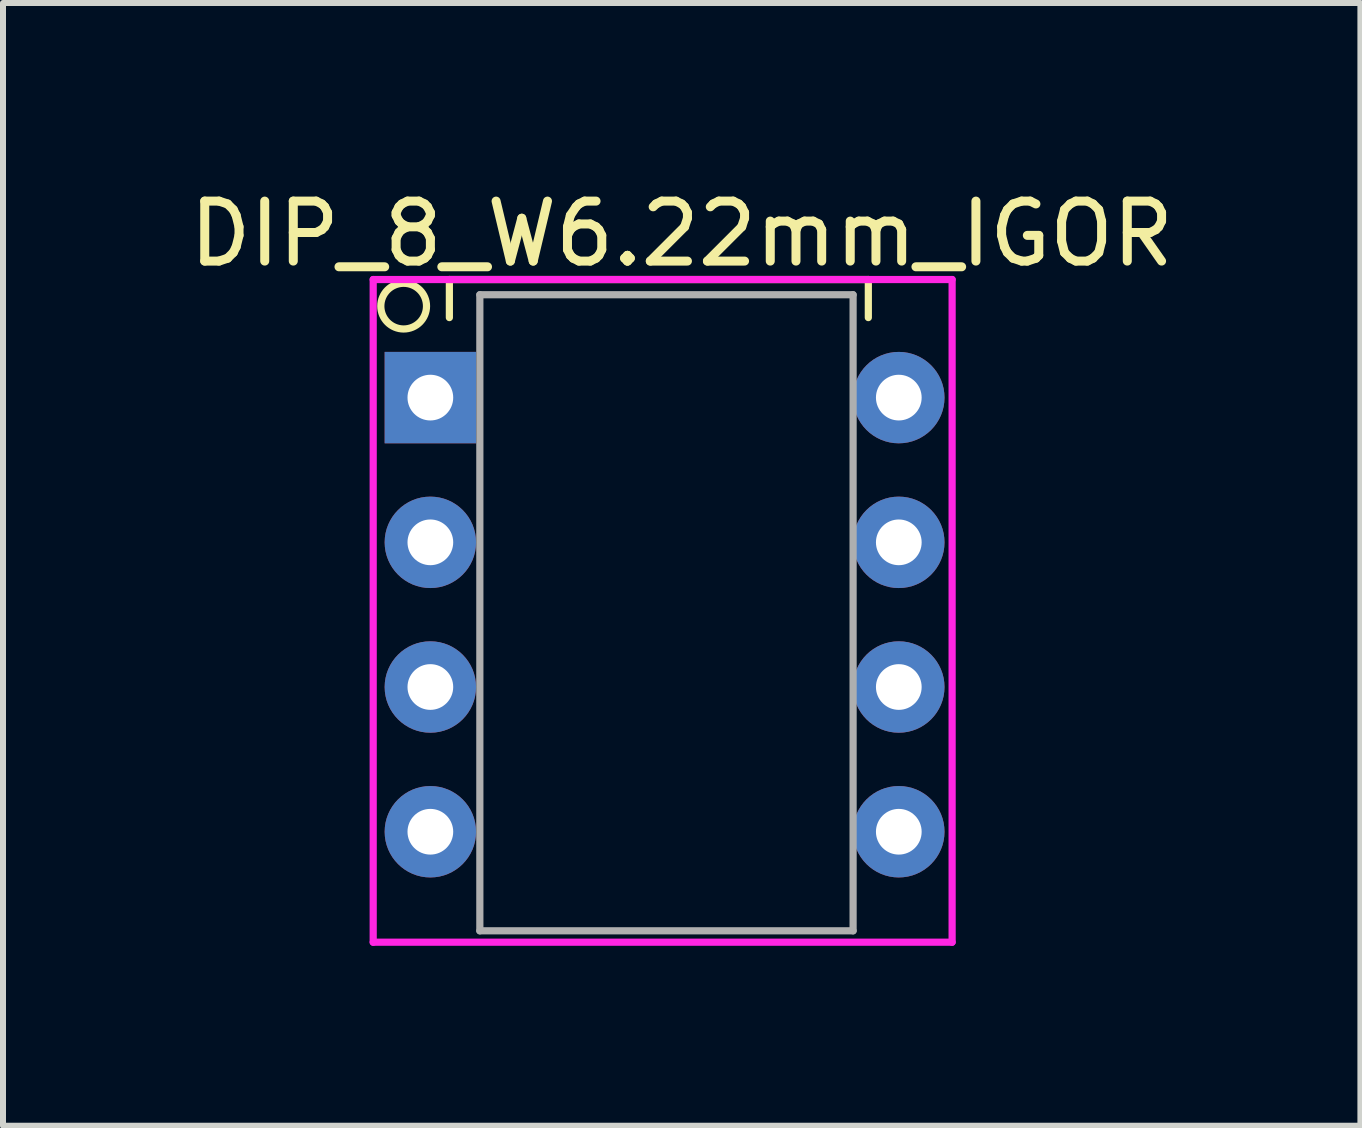
<source format=kicad_pcb>
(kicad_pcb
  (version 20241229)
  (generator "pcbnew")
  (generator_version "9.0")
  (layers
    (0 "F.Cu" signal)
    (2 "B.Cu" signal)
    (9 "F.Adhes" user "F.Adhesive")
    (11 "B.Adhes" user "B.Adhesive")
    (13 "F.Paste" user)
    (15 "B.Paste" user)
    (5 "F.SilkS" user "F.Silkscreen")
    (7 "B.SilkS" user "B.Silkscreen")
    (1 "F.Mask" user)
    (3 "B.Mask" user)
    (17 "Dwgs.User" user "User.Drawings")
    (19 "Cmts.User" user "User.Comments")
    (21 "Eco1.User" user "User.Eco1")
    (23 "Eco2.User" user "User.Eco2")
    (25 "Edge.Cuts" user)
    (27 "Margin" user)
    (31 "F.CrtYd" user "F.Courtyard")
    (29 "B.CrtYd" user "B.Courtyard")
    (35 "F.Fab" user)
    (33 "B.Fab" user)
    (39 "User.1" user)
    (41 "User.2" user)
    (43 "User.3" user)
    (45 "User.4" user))
  (footprint "DIP_8_W6.22mm_IGOR"
    (layer "F.Cu")
    (at 8.125 7.198)
    (property "Reference" "DIP_8_W6.22mm_IGOR" (at 0.191 -6.35 0) (layer "F.SilkS") (effects (font (size 1 1) (thickness 0.15))))
    (attr through_hole)
    (fp_line (start -3.683 -5.588) (end 3.302 -5.588) (stroke (width 0.12) (type solid)) (layer "F.SilkS"))
    (fp_line (start -3.683 -4.953) (end -3.683 -5.588) (stroke (width 0.12) (type solid)) (layer "F.SilkS"))
    (fp_line (start 3.302 -5.588) (end 3.302 -4.953) (stroke (width 0.12) (type solid)) (layer "F.SilkS"))
    (fp_circle (center -4.445 -5.144) (end -4.064 -5.144) (stroke (width 0.12) (type solid)) (fill no) (layer "F.SilkS"))
    (fp_line (start -4.953 -5.588) (end -4.953 5.461) (stroke (width 0.12) (type solid)) (layer "F.CrtYd"))
    (fp_line (start -4.953 5.461) (end 4.699 5.461) (stroke (width 0.12) (type solid)) (layer "F.CrtYd"))
    (fp_line (start 4.699 -5.588) (end -4.953 -5.588) (stroke (width 0.12) (type solid)) (layer "F.CrtYd"))
    (fp_line (start 4.699 5.461) (end 4.699 -5.588) (stroke (width 0.12) (type solid)) (layer "F.CrtYd"))
    (fp_line (start -3.175 -5.334) (end -3.175 5.271) (stroke (width 0.12) (type solid)) (layer "F.Fab"))
    (fp_line (start -3.175 5.271) (end 3.048 5.271) (stroke (width 0.12) (type solid)) (layer "F.Fab"))
    (fp_line (start 3.048 -5.334) (end -3.175 -5.334) (stroke (width 0.12) (type solid)) (layer "F.Fab"))
    (fp_line (start 3.048 5.271) (end 3.048 -5.334) (stroke (width 0.12) (type solid)) (layer "F.Fab"))
    (pad "1" thru_hole rect (at -4 -3.619) (size 1.524 1.524) (drill 0.762) (layers "*.Cu" "*.Mask"))
    (pad "2" thru_hole circle (at -4 -1.206) (size 1.524 1.524) (drill 0.762) (layers "*.Cu" "*.Mask"))
    (pad "3" thru_hole circle (at -4 1.206) (size 1.524 1.524) (drill 0.762) (layers "*.Cu" "*.Mask"))
    (pad "4" thru_hole circle (at -4 3.619) (size 1.524 1.524) (drill 0.762) (layers "*.Cu" "*.Mask"))
    (pad "5" thru_hole circle (at 3.81 3.619) (size 1.524 1.524) (drill 0.762) (layers "*.Cu" "*.Mask"))
    (pad "6" thru_hole circle (at 3.81 1.206) (size 1.524 1.524) (drill 0.762) (layers "*.Cu" "*.Mask"))
    (pad "7" thru_hole circle (at 3.81 -1.206) (size 1.524 1.524) (drill 0.762) (layers "*.Cu" "*.Mask"))
    (pad "8" thru_hole circle (at 3.81 -3.619) (size 1.524 1.524) (drill 0.762) (layers "*.Cu" "*.Mask")))
  (gr_rect
    (start -3 -3)
    (end 19.631 15.719)
    (stroke (width 0.1) (type default))
    (fill no)
    (layer "Edge.Cuts")))
</source>
